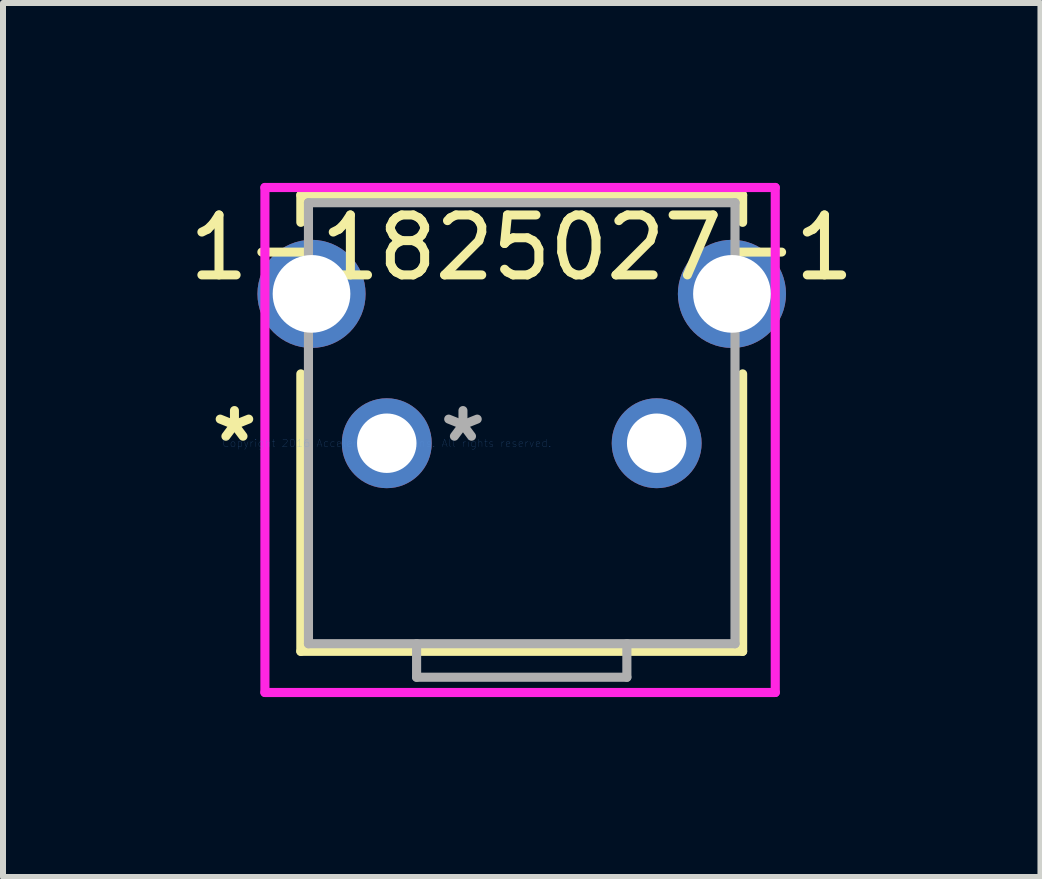
<source format=kicad_pcb>
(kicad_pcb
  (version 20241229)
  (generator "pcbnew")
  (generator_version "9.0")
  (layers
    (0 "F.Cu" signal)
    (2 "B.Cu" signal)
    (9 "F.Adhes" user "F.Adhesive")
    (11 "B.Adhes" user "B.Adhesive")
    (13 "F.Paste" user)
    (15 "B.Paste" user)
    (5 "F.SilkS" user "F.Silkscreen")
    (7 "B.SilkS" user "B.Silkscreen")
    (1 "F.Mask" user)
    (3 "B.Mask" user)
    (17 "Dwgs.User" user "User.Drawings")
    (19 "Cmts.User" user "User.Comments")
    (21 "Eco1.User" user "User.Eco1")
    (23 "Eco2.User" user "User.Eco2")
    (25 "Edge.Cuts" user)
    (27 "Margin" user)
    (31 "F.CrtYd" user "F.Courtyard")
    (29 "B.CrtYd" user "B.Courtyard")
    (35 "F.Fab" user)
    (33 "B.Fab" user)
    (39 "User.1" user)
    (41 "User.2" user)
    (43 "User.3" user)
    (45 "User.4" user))
  (footprint "1-1825027-1"
    (layer "F.Cu")
    (at 3.399 4.34)
    (property "Reference" "1-1825027-1" (at 2.25 -3.261 0) (layer "F.SilkS") (effects (font (size 1 1) (thickness 0.15))))
    (attr through_hole)
    (fp_line (start -1.433 -4.137) (end -1.433 -3.683) (stroke (width 0.152) (type solid)) (layer "F.SilkS"))
    (fp_line (start -1.433 -1.156) (end -1.433 3.47) (stroke (width 0.152) (type solid)) (layer "F.SilkS"))
    (fp_line (start -1.433 3.47) (end 5.933 3.47) (stroke (width 0.152) (type solid)) (layer "F.SilkS"))
    (fp_line (start 5.933 -4.137) (end -1.433 -4.137) (stroke (width 0.152) (type solid)) (layer "F.SilkS"))
    (fp_line (start 5.933 -3.683) (end 5.933 -4.137) (stroke (width 0.152) (type solid)) (layer "F.SilkS"))
    (fp_line (start 5.933 3.47) (end 5.933 -1.156) (stroke (width 0.152) (type solid)) (layer "F.SilkS"))
    (fp_line (start -2.032 -4.264) (end -2.032 4.156) (stroke (width 0.152) (type solid)) (layer "F.CrtYd"))
    (fp_line (start -2.032 4.156) (end 6.477 4.156) (stroke (width 0.152) (type solid)) (layer "F.CrtYd"))
    (fp_line (start 6.477 -4.264) (end -2.032 -4.264) (stroke (width 0.152) (type solid)) (layer "F.CrtYd"))
    (fp_line (start 6.477 4.156) (end 6.477 -4.264) (stroke (width 0.152) (type solid)) (layer "F.CrtYd"))
    (fp_line (start -1.306 -4.01) (end -1.306 3.343) (stroke (width 0.152) (type solid)) (layer "F.Fab"))
    (fp_line (start -1.306 3.343) (end 5.806 3.343) (stroke (width 0.152) (type solid)) (layer "F.Fab"))
    (fp_line (start 0.497 3.343) (end 0.497 3.902) (stroke (width 0.152) (type solid)) (layer "F.Fab"))
    (fp_line (start 0.497 3.902) (end 4.003 3.902) (stroke (width 0.152) (type solid)) (layer "F.Fab"))
    (fp_line (start 4.003 3.343) (end 4.003 3.902) (stroke (width 0.152) (type solid)) (layer "F.Fab"))
    (fp_line (start 5.806 -4.01) (end -1.306 -4.01) (stroke (width 0.152) (type solid)) (layer "F.Fab"))
    (fp_line (start 5.806 3.343) (end 5.806 -4.01) (stroke (width 0.152) (type solid)) (layer "F.Fab"))
    (fp_text user "*" (at -2.54 0 0) (layer "F.SilkS") (effects (font (size 1 1) (thickness 0.15))))
    (fp_text user "Copyright 2016 Accelerated Designs. All rights reserved." (at 0 0 0) (layer "Cmts.User") (effects (font (size 0.127 0.127) (thickness 0.002))))
    (fp_text user "*" (at 1.27 0 0) (layer "F.Fab") (effects (font (size 1 1) (thickness 0.15))))
    (pad "1" thru_hole circle (at 0 0) (size 1.499 1.499) (drill 0.991) (layers "*.Cu" "*.Mask"))
    (pad "2" thru_hole circle (at 4.5 0) (size 1.499 1.499) (drill 0.991) (layers "*.Cu" "*.Mask"))
    (pad "3" thru_hole circle (at -1.255 -2.49) (size 1.803 1.803) (drill 1.295) (layers "*.Cu" "*.Mask"))
    (pad "4" thru_hole circle (at 5.755 -2.49) (size 1.803 1.803) (drill 1.295) (layers "*.Cu" "*.Mask")))
  (gr_rect
    (start -3 -3)
    (end 14.298 11.572)
    (stroke (width 0.1) (type default))
    (fill no)
    (layer "Edge.Cuts")))
</source>
